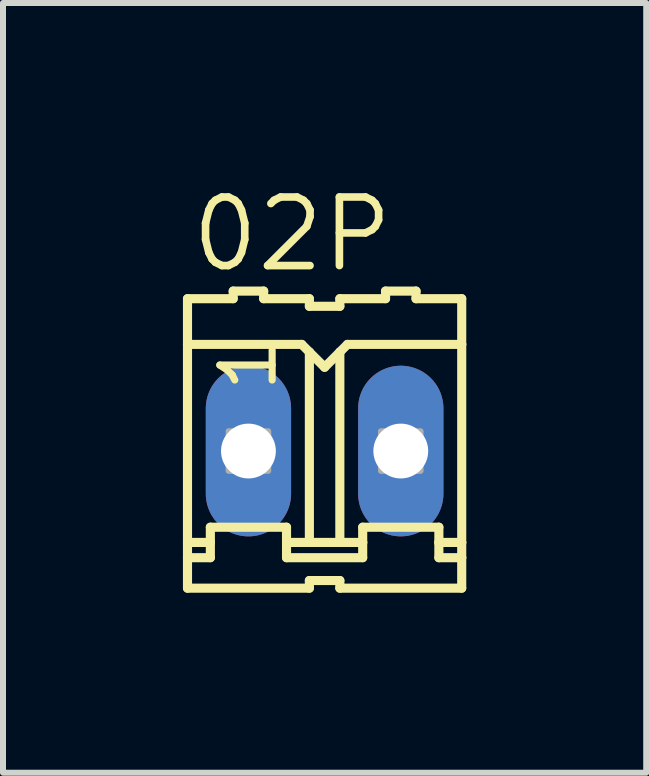
<source format=kicad_pcb>
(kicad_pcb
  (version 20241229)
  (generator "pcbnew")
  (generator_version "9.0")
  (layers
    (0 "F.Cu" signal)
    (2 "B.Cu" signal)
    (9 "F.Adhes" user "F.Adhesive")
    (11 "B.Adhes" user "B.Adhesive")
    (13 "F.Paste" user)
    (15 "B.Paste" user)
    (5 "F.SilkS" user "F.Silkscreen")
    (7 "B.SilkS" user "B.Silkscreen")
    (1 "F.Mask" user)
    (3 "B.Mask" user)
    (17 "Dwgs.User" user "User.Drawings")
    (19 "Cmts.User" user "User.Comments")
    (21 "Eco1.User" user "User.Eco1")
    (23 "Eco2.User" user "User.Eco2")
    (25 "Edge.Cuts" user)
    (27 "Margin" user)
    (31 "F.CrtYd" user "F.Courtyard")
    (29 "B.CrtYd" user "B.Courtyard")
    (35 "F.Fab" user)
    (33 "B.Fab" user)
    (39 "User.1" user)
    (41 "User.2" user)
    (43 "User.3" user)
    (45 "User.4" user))
  (footprint "02P"
    (layer "F.Cu")
    (at 2.362 4.47)
    (property "Reference" "02P" (at -2.286 -2.946 0) (layer "F.SilkS") (effects (font (size 1.143 1.143) (thickness 0.127)) (justify left bottom)))
    (fp_line (start -2.286 -2.54) (end -2.286 -1.778) (stroke (width 0.152) (type solid)) (layer "F.SilkS"))
    (fp_line (start -2.286 -2.54) (end -1.524 -2.54) (stroke (width 0.152) (type solid)) (layer "F.SilkS"))
    (fp_line (start -2.286 -1.778) (end -2.286 1.524) (stroke (width 0.152) (type solid)) (layer "F.SilkS"))
    (fp_line (start -2.286 -1.778) (end -0.381 -1.778) (stroke (width 0.152) (type solid)) (layer "F.SilkS"))
    (fp_line (start -2.286 1.524) (end -2.286 1.778) (stroke (width 0.152) (type solid)) (layer "F.SilkS"))
    (fp_line (start -2.286 1.778) (end -2.286 2.286) (stroke (width 0.152) (type solid)) (layer "F.SilkS"))
    (fp_line (start -2.286 1.778) (end -1.905 1.778) (stroke (width 0.152) (type solid)) (layer "F.SilkS"))
    (fp_line (start -1.905 1.27) (end -0.635 1.27) (stroke (width 0.152) (type solid)) (layer "F.SilkS"))
    (fp_line (start -1.905 1.524) (end -2.286 1.524) (stroke (width 0.152) (type solid)) (layer "F.SilkS"))
    (fp_line (start -1.905 1.524) (end -1.905 1.27) (stroke (width 0.152) (type solid)) (layer "F.SilkS"))
    (fp_line (start -1.905 1.778) (end -1.905 1.524) (stroke (width 0.152) (type solid)) (layer "F.SilkS"))
    (fp_line (start -1.524 -2.54) (end -1.524 -2.667) (stroke (width 0.152) (type solid)) (layer "F.SilkS"))
    (fp_line (start -1.016 -2.667) (end -1.524 -2.667) (stroke (width 0.152) (type solid)) (layer "F.SilkS"))
    (fp_line (start -1.016 -2.54) (end -1.016 -2.667) (stroke (width 0.152) (type solid)) (layer "F.SilkS"))
    (fp_line (start -0.635 1.524) (end -0.635 1.27) (stroke (width 0.152) (type solid)) (layer "F.SilkS"))
    (fp_line (start -0.635 1.524) (end -0.254 1.524) (stroke (width 0.152) (type solid)) (layer "F.SilkS"))
    (fp_line (start -0.635 1.778) (end -0.635 1.524) (stroke (width 0.152) (type solid)) (layer "F.SilkS"))
    (fp_line (start -0.635 1.778) (end 0.635 1.778) (stroke (width 0.152) (type solid)) (layer "F.SilkS"))
    (fp_line (start -0.381 -1.778) (end -0.254 -1.651) (stroke (width 0.152) (type solid)) (layer "F.SilkS"))
    (fp_line (start -0.254 -2.54) (end -1.016 -2.54) (stroke (width 0.152) (type solid)) (layer "F.SilkS"))
    (fp_line (start -0.254 -2.413) (end -0.254 -2.54) (stroke (width 0.152) (type solid)) (layer "F.SilkS"))
    (fp_line (start -0.254 -1.651) (end 0 -1.397) (stroke (width 0.152) (type solid)) (layer "F.SilkS"))
    (fp_line (start -0.254 1.524) (end -0.254 -1.651) (stroke (width 0.152) (type solid)) (layer "F.SilkS"))
    (fp_line (start -0.254 1.524) (end 0.254 1.524) (stroke (width 0.152) (type solid)) (layer "F.SilkS"))
    (fp_line (start -0.254 2.159) (end -0.254 2.286) (stroke (width 0.152) (type solid)) (layer "F.SilkS"))
    (fp_line (start -0.254 2.286) (end -2.286 2.286) (stroke (width 0.152) (type solid)) (layer "F.SilkS"))
    (fp_line (start 0 -1.397) (end 0.254 -1.651) (stroke (width 0.152) (type solid)) (layer "F.SilkS"))
    (fp_line (start 0.254 -2.54) (end 1.016 -2.54) (stroke (width 0.152) (type solid)) (layer "F.SilkS"))
    (fp_line (start 0.254 -2.413) (end -0.254 -2.413) (stroke (width 0.152) (type solid)) (layer "F.SilkS"))
    (fp_line (start 0.254 -2.413) (end 0.254 -2.54) (stroke (width 0.152) (type solid)) (layer "F.SilkS"))
    (fp_line (start 0.254 -1.651) (end 0.381 -1.778) (stroke (width 0.152) (type solid)) (layer "F.SilkS"))
    (fp_line (start 0.254 1.524) (end 0.254 -1.651) (stroke (width 0.152) (type solid)) (layer "F.SilkS"))
    (fp_line (start 0.254 1.524) (end 0.635 1.524) (stroke (width 0.152) (type solid)) (layer "F.SilkS"))
    (fp_line (start 0.254 2.159) (end -0.254 2.159) (stroke (width 0.152) (type solid)) (layer "F.SilkS"))
    (fp_line (start 0.254 2.159) (end 0.254 2.286) (stroke (width 0.152) (type solid)) (layer "F.SilkS"))
    (fp_line (start 0.381 -1.778) (end 2.286 -1.778) (stroke (width 0.152) (type solid)) (layer "F.SilkS"))
    (fp_line (start 0.635 1.27) (end 1.905 1.27) (stroke (width 0.152) (type solid)) (layer "F.SilkS"))
    (fp_line (start 0.635 1.524) (end 0.635 1.27) (stroke (width 0.152) (type solid)) (layer "F.SilkS"))
    (fp_line (start 0.635 1.778) (end 0.635 1.524) (stroke (width 0.152) (type solid)) (layer "F.SilkS"))
    (fp_line (start 1.016 -2.54) (end 1.016 -2.667) (stroke (width 0.152) (type solid)) (layer "F.SilkS"))
    (fp_line (start 1.524 -2.667) (end 1.016 -2.667) (stroke (width 0.152) (type solid)) (layer "F.SilkS"))
    (fp_line (start 1.524 -2.54) (end 1.524 -2.667) (stroke (width 0.152) (type solid)) (layer "F.SilkS"))
    (fp_line (start 1.524 -2.54) (end 2.286 -2.54) (stroke (width 0.152) (type solid)) (layer "F.SilkS"))
    (fp_line (start 1.905 1.524) (end 1.905 1.27) (stroke (width 0.152) (type solid)) (layer "F.SilkS"))
    (fp_line (start 1.905 1.524) (end 2.286 1.524) (stroke (width 0.152) (type solid)) (layer "F.SilkS"))
    (fp_line (start 1.905 1.778) (end 1.905 1.524) (stroke (width 0.152) (type solid)) (layer "F.SilkS"))
    (fp_line (start 2.286 -1.778) (end 2.286 -2.54) (stroke (width 0.152) (type solid)) (layer "F.SilkS"))
    (fp_line (start 2.286 -1.778) (end 2.286 1.524) (stroke (width 0.152) (type solid)) (layer "F.SilkS"))
    (fp_line (start 2.286 1.524) (end 2.286 1.778) (stroke (width 0.152) (type solid)) (layer "F.SilkS"))
    (fp_line (start 2.286 1.778) (end 1.905 1.778) (stroke (width 0.152) (type solid)) (layer "F.SilkS"))
    (fp_line (start 2.286 1.778) (end 2.286 2.286) (stroke (width 0.152) (type solid)) (layer "F.SilkS"))
    (fp_line (start 2.286 2.286) (end 0.254 2.286) (stroke (width 0.152) (type solid)) (layer "F.SilkS"))
    (fp_poly (pts (xy -1.6 0.33) (xy -0.94 0.33) (xy -0.94 -0.33) (xy -1.6 -0.33)) (stroke (width 0.1) (type solid)) (fill no) (layer "F.Fab"))
    (fp_poly (pts (xy 0.94 0.33) (xy 1.6 0.33) (xy 1.6 -0.33) (xy 0.94 -0.33)) (stroke (width 0.1) (type solid)) (fill no) (layer "F.Fab"))
    (fp_text user "1" (at -0.762 -0.94 90) (layer "F.SilkS") (effects (font (size 0.872 0.872) (thickness 0.119)) (justify left bottom)))
    (pad "1" thru_hole oval (at -1.27 0 90) (size 2.845 1.422) (drill 0.914) (layers "*.Cu" "*.Mask"))
    (pad "2" thru_hole oval (at 1.27 0 90) (size 2.845 1.422) (drill 0.914) (layers "*.Cu" "*.Mask")))
  (gr_rect
    (start -3 -3)
    (end 7.724 9.833)
    (stroke (width 0.1) (type default))
    (fill no)
    (layer "Edge.Cuts")))
</source>
